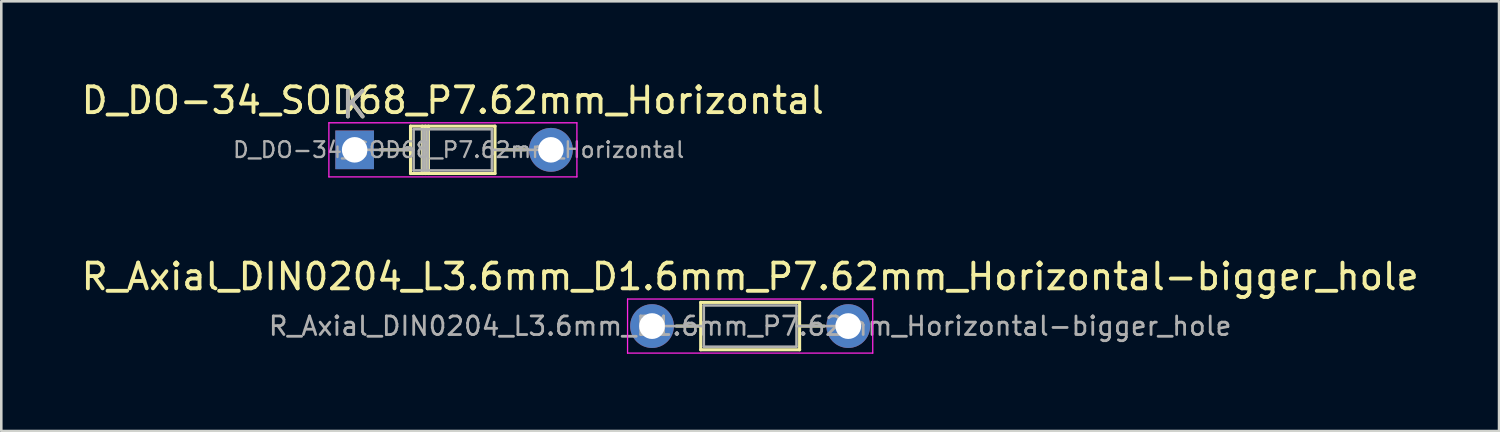
<source format=kicad_pcb>
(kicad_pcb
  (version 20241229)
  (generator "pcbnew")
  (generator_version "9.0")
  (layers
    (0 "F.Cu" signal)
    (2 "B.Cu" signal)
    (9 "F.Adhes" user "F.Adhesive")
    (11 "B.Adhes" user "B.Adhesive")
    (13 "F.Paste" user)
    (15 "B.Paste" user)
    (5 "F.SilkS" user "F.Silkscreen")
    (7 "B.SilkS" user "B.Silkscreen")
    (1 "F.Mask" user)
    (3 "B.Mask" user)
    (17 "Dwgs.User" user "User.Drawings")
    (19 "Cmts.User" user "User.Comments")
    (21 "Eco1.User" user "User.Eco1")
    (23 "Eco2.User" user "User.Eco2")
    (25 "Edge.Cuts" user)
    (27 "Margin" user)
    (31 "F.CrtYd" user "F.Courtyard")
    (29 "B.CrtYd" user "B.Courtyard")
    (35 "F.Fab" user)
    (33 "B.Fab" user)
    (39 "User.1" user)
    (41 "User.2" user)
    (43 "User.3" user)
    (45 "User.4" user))
  (footprint "R_Axial_DIN0204_L3.6mm_D1.6mm_P7.62mm_Horizontal-bigger_hole"
    (layer "F.Cu")
    (at 22.267 9.611)
    (property "Reference" "R_Axial_DIN0204_L3.6mm_D1.6mm_P7.62mm_Horizontal-bigger_hole" (at 3.81 -1.92 0) (layer "F.SilkS") (effects (font (size 1 1) (thickness 0.15))))
    (attr through_hole)
    (fp_line (start 0.94 0) (end 1.89 0) (stroke (width 0.12) (type solid)) (layer "F.SilkS"))
    (fp_line (start 1.89 -0.92) (end 1.89 0.92) (stroke (width 0.12) (type solid)) (layer "F.SilkS"))
    (fp_line (start 1.89 0.92) (end 5.73 0.92) (stroke (width 0.12) (type solid)) (layer "F.SilkS"))
    (fp_line (start 5.73 -0.92) (end 1.89 -0.92) (stroke (width 0.12) (type solid)) (layer "F.SilkS"))
    (fp_line (start 5.73 0.92) (end 5.73 -0.92) (stroke (width 0.12) (type solid)) (layer "F.SilkS"))
    (fp_line (start 6.68 0) (end 5.73 0) (stroke (width 0.12) (type solid)) (layer "F.SilkS"))
    (fp_line (start -0.95 -1.05) (end -0.95 1.05) (stroke (width 0.05) (type solid)) (layer "F.CrtYd"))
    (fp_line (start -0.95 1.05) (end 8.57 1.05) (stroke (width 0.05) (type solid)) (layer "F.CrtYd"))
    (fp_line (start 8.57 -1.05) (end -0.95 -1.05) (stroke (width 0.05) (type solid)) (layer "F.CrtYd"))
    (fp_line (start 8.57 1.05) (end 8.57 -1.05) (stroke (width 0.05) (type solid)) (layer "F.CrtYd"))
    (fp_line (start 0 0) (end 2.01 0) (stroke (width 0.1) (type solid)) (layer "F.Fab"))
    (fp_line (start 2.01 -0.8) (end 2.01 0.8) (stroke (width 0.1) (type solid)) (layer "F.Fab"))
    (fp_line (start 2.01 0.8) (end 5.61 0.8) (stroke (width 0.1) (type solid)) (layer "F.Fab"))
    (fp_line (start 5.61 -0.8) (end 2.01 -0.8) (stroke (width 0.1) (type solid)) (layer "F.Fab"))
    (fp_line (start 5.61 0.8) (end 5.61 -0.8) (stroke (width 0.1) (type solid)) (layer "F.Fab"))
    (fp_line (start 7.62 0) (end 5.61 0) (stroke (width 0.1) (type solid)) (layer "F.Fab"))
    (fp_text user "${REFERENCE}" (at 3.81 0 0) (layer "F.Fab") (effects (font (size 0.72 0.72) (thickness 0.108))))
    (pad "1" thru_hole circle (at 0 0) (size 1.699 1.699) (drill 1.001) (layers "*.Cu" "*.Mask"))
    (pad "2" thru_hole circle (at 7.62 0) (size 1.699 1.699) (drill 1.001) (layers "*.Cu" "*.Mask")))
  (footprint "D_DO-34_SOD68_P7.62mm_Horizontal"
    (layer "F.Cu")
    (at 10.72 2.768)
    (property "Reference" "D_DO-34_SOD68_P7.62mm_Horizontal" (at 3.81 -1.92 0) (layer "F.SilkS") (effects (font (size 1 1) (thickness 0.15))))
    (attr through_hole)
    (fp_line (start 0.99 0) (end 2.17 0) (stroke (width 0.12) (type solid)) (layer "F.SilkS"))
    (fp_line (start 2.17 -0.92) (end 2.17 0.92) (stroke (width 0.12) (type solid)) (layer "F.SilkS"))
    (fp_line (start 2.17 0.92) (end 5.45 0.92) (stroke (width 0.12) (type solid)) (layer "F.SilkS"))
    (fp_line (start 2.626 -0.92) (end 2.626 0.92) (stroke (width 0.12) (type solid)) (layer "F.SilkS"))
    (fp_line (start 2.746 -0.92) (end 2.746 0.92) (stroke (width 0.12) (type solid)) (layer "F.SilkS"))
    (fp_line (start 2.866 -0.92) (end 2.866 0.92) (stroke (width 0.12) (type solid)) (layer "F.SilkS"))
    (fp_line (start 5.45 -0.92) (end 2.17 -0.92) (stroke (width 0.12) (type solid)) (layer "F.SilkS"))
    (fp_line (start 5.45 0.92) (end 5.45 -0.92) (stroke (width 0.12) (type solid)) (layer "F.SilkS"))
    (fp_line (start 6.63 0) (end 5.45 0) (stroke (width 0.12) (type solid)) (layer "F.SilkS"))
    (fp_line (start -1 -1.05) (end -1 1.05) (stroke (width 0.05) (type solid)) (layer "F.CrtYd"))
    (fp_line (start -1 1.05) (end 8.63 1.05) (stroke (width 0.05) (type solid)) (layer "F.CrtYd"))
    (fp_line (start 8.63 -1.05) (end -1 -1.05) (stroke (width 0.05) (type solid)) (layer "F.CrtYd"))
    (fp_line (start 8.63 1.05) (end 8.63 -1.05) (stroke (width 0.05) (type solid)) (layer "F.CrtYd"))
    (fp_line (start 0 0) (end 2.29 0) (stroke (width 0.1) (type solid)) (layer "F.Fab"))
    (fp_line (start 2.29 -0.8) (end 2.29 0.8) (stroke (width 0.1) (type solid)) (layer "F.Fab"))
    (fp_line (start 2.29 0.8) (end 5.33 0.8) (stroke (width 0.1) (type solid)) (layer "F.Fab"))
    (fp_line (start 2.646 -0.8) (end 2.646 0.8) (stroke (width 0.1) (type solid)) (layer "F.Fab"))
    (fp_line (start 2.746 -0.8) (end 2.746 0.8) (stroke (width 0.1) (type solid)) (layer "F.Fab"))
    (fp_line (start 2.846 -0.8) (end 2.846 0.8) (stroke (width 0.1) (type solid)) (layer "F.Fab"))
    (fp_line (start 5.33 -0.8) (end 2.29 -0.8) (stroke (width 0.1) (type solid)) (layer "F.Fab"))
    (fp_line (start 5.33 0.8) (end 5.33 -0.8) (stroke (width 0.1) (type solid)) (layer "F.Fab"))
    (fp_line (start 7.62 0) (end 5.33 0) (stroke (width 0.1) (type solid)) (layer "F.Fab"))
    (fp_text user "K" (at 0 -1.75 0) (layer "F.SilkS") (effects (font (size 1 1) (thickness 0.15))))
    (fp_text user "K" (at 0 -1.75 0) (layer "F.Fab") (effects (font (size 1 1) (thickness 0.15))))
    (fp_text user "${REFERENCE}" (at 4.038 0 0) (layer "F.Fab") (effects (font (size 0.608 0.608) (thickness 0.091))))
    (pad "1" thru_hole rect (at 0 0) (size 1.5 1.5) (drill 0.991) (layers "*.Cu" "*.Mask"))
    (pad "2" thru_hole circle (at 7.62 0) (size 1.702 1.702) (drill 0.991) (layers "*.Cu" "*.Mask")))
  (gr_rect
    (start -3 -3)
    (end 55.155 13.687)
    (stroke (width 0.1) (type default))
    (fill no)
    (layer "Edge.Cuts")))
</source>
